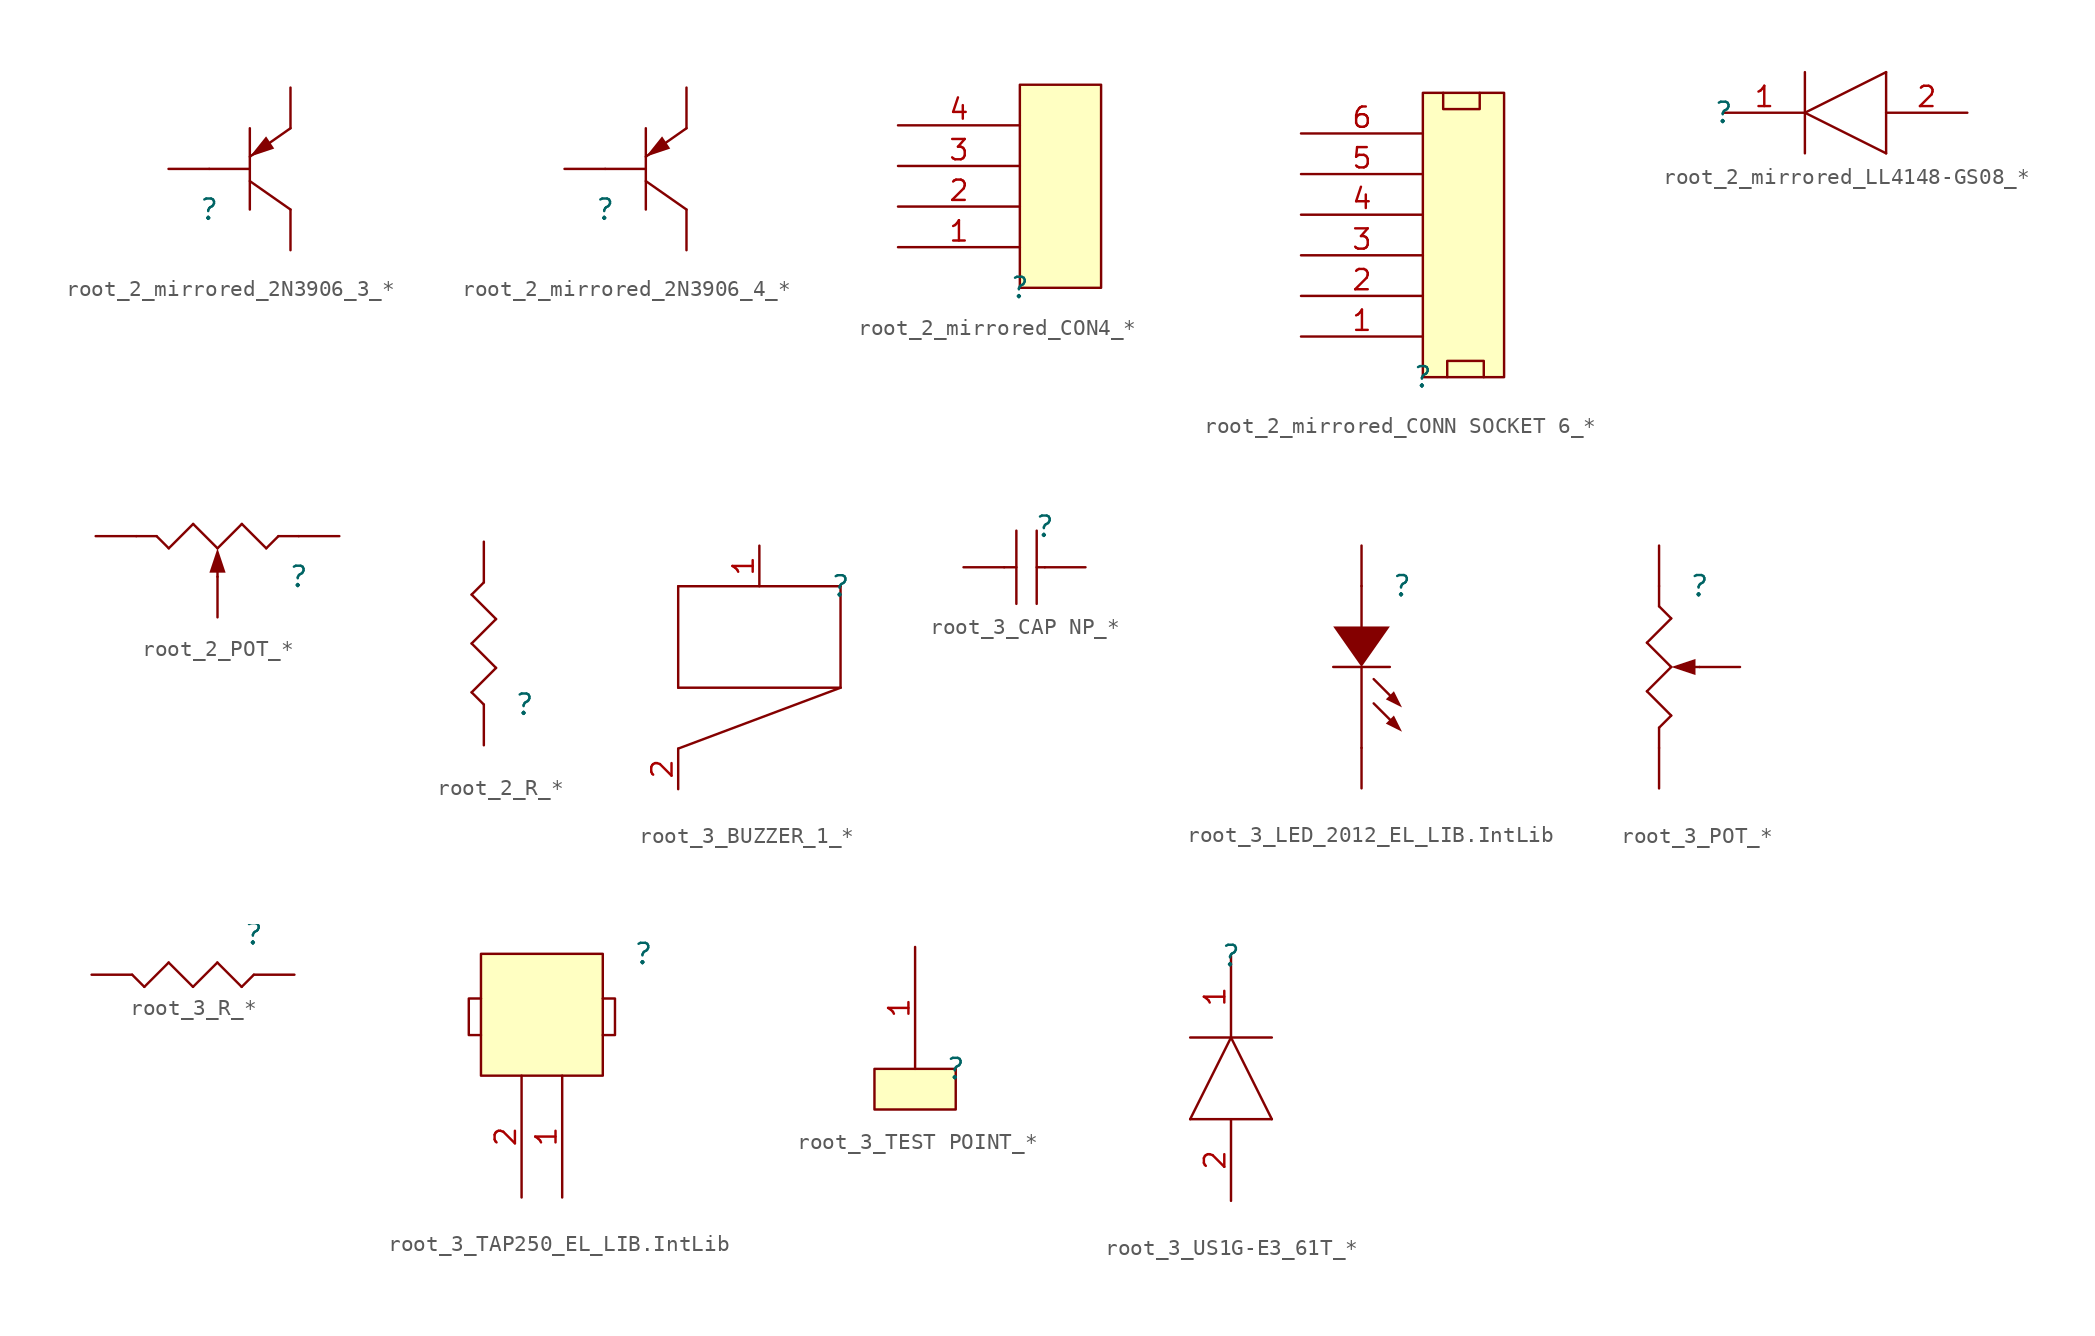
<source format=kicad_sym>
(kicad_symbol_lib
  (version 20241209)
  (generator "kicad_symbol_editor")
  (generator_version "9.0")
  (symbol "root_2_mirrored_2N3906_3_*"
    (pin_numbers
      (hide yes))
    (pin_names
      (hide yes))
    (property "Reference" ""
      (at 0 0 0)
      (effects (font (size 1.27 1.27))))
    (property "Value" ""
      (at 0 0 0)
      (effects (font (size 1.27 1.27))))
    (symbol "root_2_mirrored_2N3906_3_*_1_0"
      (polyline (pts (xy 2.54 3.302) (xy 5.08 5.08)) (stroke (width 0) (type solid)) (fill (type none)))
      (polyline (pts (xy 2.54 3.302) (xy 3.556 4.572) (xy 4.064 3.81) (xy 2.54 3.302) (xy 2.54 3.302)) (stroke (width -0.0001) (type solid)) (fill (type outline)))
      (polyline (pts (xy 2.54 2.54) (xy 0 2.54)) (stroke (width 0) (type solid)) (fill (type none)))
      (polyline (pts (xy 2.54 0) (xy 2.54 5.08)) (stroke (width 0) (type solid)) (fill (type none)))
      (polyline (pts (xy 5.08 0) (xy 2.54 1.778)) (stroke (width 0) (type solid)) (fill (type none)))
      (pin input line (at -2.54 2.54 0) (length 2.54) (name "BASE" (effects (font (size 1.27 1.27)))) (number "1" (effects (font (size 1.27 1.27)))))
      (pin passive line (at 5.08 7.62 270) (length 2.54) (name "EMITTER" (effects (font (size 1.27 1.27)))) (number "3" (effects (font (size 1.27 1.27)))))
      (pin passive line (at 5.08 -2.54 90) (length 2.54) (name "COLLECTOR" (effects (font (size 1.27 1.27)))) (number "2" (effects (font (size 1.27 1.27)))))))
  (symbol "root_2_mirrored_2N3906_4_*"
    (pin_numbers
      (hide yes))
    (pin_names
      (hide yes))
    (property "Reference" ""
      (at 0 0 0)
      (effects (font (size 1.27 1.27))))
    (property "Value" ""
      (at 0 0 0)
      (effects (font (size 1.27 1.27))))
    (symbol "root_2_mirrored_2N3906_4_*_1_0"
      (polyline (pts (xy 2.54 3.302) (xy 5.08 5.08)) (stroke (width 0) (type solid)) (fill (type none)))
      (polyline (pts (xy 2.54 3.302) (xy 3.556 4.572) (xy 4.064 3.81) (xy 2.54 3.302) (xy 2.54 3.302)) (stroke (width -0.0001) (type solid)) (fill (type outline)))
      (polyline (pts (xy 2.54 2.54) (xy 0 2.54)) (stroke (width 0) (type solid)) (fill (type none)))
      (polyline (pts (xy 2.54 0) (xy 2.54 5.08)) (stroke (width 0) (type solid)) (fill (type none)))
      (polyline (pts (xy 5.08 0) (xy 2.54 1.778)) (stroke (width 0) (type solid)) (fill (type none)))
      (pin input line (at -2.54 2.54 0) (length 2.54) (name "BASE" (effects (font (size 1.27 1.27)))) (number "1" (effects (font (size 1.27 1.27)))))
      (pin passive line (at 5.08 7.62 270) (length 2.54) (name "EMITTER" (effects (font (size 1.27 1.27)))) (number "3" (effects (font (size 1.27 1.27)))))
      (pin passive line (at 5.08 -2.54 90) (length 2.54) (name "COLLECTOR" (effects (font (size 1.27 1.27)))) (number "2" (effects (font (size 1.27 1.27)))))))
  (symbol "root_2_mirrored_CON4_*"
    (pin_names
      (hide yes))
    (property "Reference" ""
      (at 0 0 0)
      (effects (font (size 1.27 1.27))))
    (property "Value" ""
      (at 0 0 0)
      (effects (font (size 1.27 1.27))))
    (symbol "root_2_mirrored_CON4_*_1_0"
      (rectangle (start 5.08 12.7) (end 0 0) (stroke (width 0) (type solid) (color 128 0 0 1)) (fill (type background)))
      (pin passive line (at -7.62 10.16 0) (length 7.62) (name "4" (effects (font (size 1.27 1.27)))) (number "4" (effects (font (size 1.27 1.27)))))
      (pin passive line (at -7.62 7.62 0) (length 7.62) (name "3" (effects (font (size 1.27 1.27)))) (number "3" (effects (font (size 1.27 1.27)))))
      (pin passive line (at -7.62 5.08 0) (length 7.62) (name "2" (effects (font (size 1.27 1.27)))) (number "2" (effects (font (size 1.27 1.27)))))
      (pin passive line (at -7.62 2.54 0) (length 7.62) (name "1" (effects (font (size 1.27 1.27)))) (number "1" (effects (font (size 1.27 1.27)))))))
  (symbol "root_2_mirrored_CONN SOCKET 6_*"
    (pin_names
      (hide yes))
    (property "Reference" ""
      (at 0 0 0)
      (effects (font (size 1.27 1.27))))
    (property "Value" ""
      (at 0 0 0)
      (effects (font (size 1.27 1.27))))
    (symbol "root_2_mirrored_CONN SOCKET 6_*_1_0"
      (polyline (pts (xy 1.524 0) (xy 1.524 0) (xy 1.524 1.016) (xy 3.81 1.016) (xy 3.81 0)) (stroke (width 0) (type solid)) (fill (type none)))
      (polyline (pts (xy 3.556 17.78) (xy 3.556 17.78) (xy 3.556 16.764) (xy 1.27 16.764) (xy 1.27 17.78)) (stroke (width 0) (type solid)) (fill (type none)))
      (rectangle (start 5.08 17.78) (end 0 0) (stroke (width 0) (type solid) (color 128 0 0 1)) (fill (type background)))
      (pin passive line (at -7.62 15.24 0) (length 7.62) (name "6" (effects (font (size 1.27 1.27)))) (number "6" (effects (font (size 1.27 1.27)))))
      (pin passive line (at -7.62 12.7 0) (length 7.62) (name "5" (effects (font (size 1.27 1.27)))) (number "5" (effects (font (size 1.27 1.27)))))
      (pin passive line (at -7.62 10.16 0) (length 7.62) (name "4" (effects (font (size 1.27 1.27)))) (number "4" (effects (font (size 1.27 1.27)))))
      (pin passive line (at -7.62 7.62 0) (length 7.62) (name "3" (effects (font (size 1.27 1.27)))) (number "3" (effects (font (size 1.27 1.27)))))
      (pin passive line (at -7.62 5.08 0) (length 7.62) (name "2" (effects (font (size 1.27 1.27)))) (number "2" (effects (font (size 1.27 1.27)))))
      (pin passive line (at -7.62 2.54 0) (length 7.62) (name "1" (effects (font (size 1.27 1.27)))) (number "1" (effects (font (size 1.27 1.27)))))))
  (symbol "root_2_mirrored_LL4148-GS08_*"
    (pin_names
      (hide yes))
    (property "Reference" ""
      (at 0 0 0)
      (effects (font (size 1.27 1.27))))
    (property "Value" ""
      (at 0 0 0)
      (effects (font (size 1.27 1.27))))
    (symbol "root_2_mirrored_LL4148-GS08_*_1_0"
      (polyline (pts (xy 5.08 0) (xy 10.16 -2.54)) (stroke (width 0) (type solid)) (fill (type none)))
      (polyline (pts (xy 5.08 -2.54) (xy 5.08 2.54)) (stroke (width 0) (type solid)) (fill (type none)))
      (polyline (pts (xy 10.16 2.54) (xy 5.08 0)) (stroke (width 0) (type solid)) (fill (type none)))
      (polyline (pts (xy 10.16 2.54) (xy 10.16 -2.54)) (stroke (width 0) (type solid)) (fill (type none)))
      (pin passive line (at 0 0 0) (length 5.08) (name "K" (effects (font (size 1.27 1.27)))) (number "1" (effects (font (size 1.27 1.27)))))
      (pin passive line (at 15.24 0 180) (length 5.08) (name "A" (effects (font (size 1.27 1.27)))) (number "2" (effects (font (size 1.27 1.27)))))))
  (symbol "root_2_POT_*"
    (pin_numbers
      (hide yes))
    (pin_names
      (hide yes))
    (property "Reference" ""
      (at 0 0 0)
      (effects (font (size 1.27 1.27))))
    (property "Value" ""
      (at 0 0 0)
      (effects (font (size 1.27 1.27))))
    (symbol "root_2_POT_*_1_0"
      (polyline (pts (xy -8.89 2.54) (xy -10.16 2.54)) (stroke (width 0) (type solid)) (fill (type none)))
      (polyline (pts (xy -8.128 1.778) (xy -8.89 2.54)) (stroke (width 0) (type solid)) (fill (type none)))
      (polyline (pts (xy -6.604 3.302) (xy -8.128 1.778)) (stroke (width 0) (type solid)) (fill (type none)))
      (polyline (pts (xy -5.08 1.778) (xy -6.604 3.302)) (stroke (width 0) (type solid)) (fill (type none)))
      (polyline (pts (xy -5.08 1.778) (xy -5.588 0.254) (xy -4.572 0.254) (xy -5.08 1.778) (xy -5.08 1.778)) (stroke (width -0.0001) (type solid)) (fill (type outline)))
      (polyline (pts (xy -5.08 0.508) (xy -5.08 0)) (stroke (width 0) (type solid)) (fill (type none)))
      (polyline (pts (xy -3.556 3.302) (xy -5.08 1.778)) (stroke (width 0) (type solid)) (fill (type none)))
      (polyline (pts (xy -2.032 1.778) (xy -3.556 3.302)) (stroke (width 0) (type solid)) (fill (type none)))
      (polyline (pts (xy -1.27 2.54) (xy -2.032 1.778)) (stroke (width 0) (type solid)) (fill (type none)))
      (polyline (pts (xy 0 2.54) (xy -1.27 2.54)) (stroke (width 0) (type solid)) (fill (type none)))
      (pin passive line (at -12.7 2.54 0) (length 2.54) (name "B" (effects (font (size 1.27 1.27)))) (number "3" (effects (font (size 1.27 1.27)))))
      (pin passive line (at -5.08 -2.54 90) (length 2.54) (name "WIPER" (effects (font (size 1.27 1.27)))) (number "2" (effects (font (size 1.27 1.27)))))
      (pin passive line (at 2.54 2.54 180) (length 2.54) (name "A" (effects (font (size 1.27 1.27)))) (number "1" (effects (font (size 1.27 1.27)))))))
  (symbol "root_2_R_*"
    (pin_numbers
      (hide yes))
    (pin_names
      (hide yes))
    (property "Reference" ""
      (at 0 0 0)
      (effects (font (size 1.27 1.27))))
    (property "Value" ""
      (at 0 0 0)
      (effects (font (size 1.27 1.27))))
    (symbol "root_2_R_*_1_0"
      (polyline (pts (xy -3.302 6.858) (xy -2.54 7.62)) (stroke (width 0) (type solid)) (fill (type none)))
      (polyline (pts (xy -3.302 3.81) (xy -1.778 5.334)) (stroke (width 0) (type solid)) (fill (type none)))
      (polyline (pts (xy -3.302 0.762) (xy -1.778 2.286)) (stroke (width 0) (type solid)) (fill (type none)))
      (polyline (pts (xy -2.54 0) (xy -3.302 0.762)) (stroke (width 0) (type solid)) (fill (type none)))
      (polyline (pts (xy -1.778 5.334) (xy -3.302 6.858)) (stroke (width 0) (type solid)) (fill (type none)))
      (polyline (pts (xy -1.778 2.286) (xy -3.302 3.81)) (stroke (width 0) (type solid)) (fill (type none)))
      (pin passive line (at -2.54 10.16 270) (length 2.54) (name "2" (effects (font (size 1.27 1.27)))) (number "2" (effects (font (size 1.27 1.27)))))
      (pin passive line (at -2.54 -2.54 90) (length 2.54) (name "1" (effects (font (size 1.27 1.27)))) (number "1" (effects (font (size 1.27 1.27)))))))
  (symbol "root_3_BUZZER_1_*"
    (pin_names
      (hide yes))
    (property "Reference" ""
      (at 0 0 0)
      (effects (font (size 1.27 1.27))))
    (property "Value" ""
      (at 0 0 0)
      (effects (font (size 1.27 1.27))))
    (symbol "root_3_BUZZER_1_*_1_0"
      (polyline (pts (xy -10.16 0) (xy -10.16 -6.35)) (stroke (width 0) (type solid)) (fill (type none)))
      (polyline (pts (xy -10.16 -6.35) (xy 0 -6.35)) (stroke (width 0) (type solid)) (fill (type none)))
      (polyline (pts (xy 0 0) (xy -10.16 0)) (stroke (width 0) (type solid)) (fill (type none)))
      (polyline (pts (xy 0 -6.35) (xy -10.16 -10.16)) (stroke (width 0) (type solid)) (fill (type none)))
      (polyline (pts (xy 0 -6.35) (xy 0 0)) (stroke (width 0) (type solid)) (fill (type none)))
      (pin passive line (at -10.16 -12.7 90) (length 2.54) (name "B" (effects (font (size 1.27 1.27)))) (number "2" (effects (font (size 1.27 1.27)))))
      (pin passive line (at -5.08 2.54 270) (length 2.54) (name "A" (effects (font (size 1.27 1.27)))) (number "1" (effects (font (size 1.27 1.27)))))))
  (symbol "root_3_CAP NP_*"
    (pin_numbers
      (hide yes))
    (pin_names
      (hide yes))
    (property "Reference" ""
      (at 0 0 0)
      (effects (font (size 1.27 1.27))))
    (property "Value" ""
      (at 0 0 0)
      (effects (font (size 1.27 1.27))))
    (symbol "root_3_CAP NP_*_1_0"
      (polyline (pts (xy -2.54 -2.54) (xy -1.778 -2.54)) (stroke (width 0) (type solid)) (fill (type none)))
      (polyline (pts (xy -1.778 -0.254) (xy -1.778 -4.826)) (stroke (width 0) (type solid)) (fill (type none)))
      (polyline (pts (xy -0.508 -0.254) (xy -0.508 -4.826)) (stroke (width 0) (type solid)) (fill (type none)))
      (polyline (pts (xy 0 -2.54) (xy -0.508 -2.54)) (stroke (width 0) (type solid)) (fill (type none)))
      (pin passive line (at -5.08 -2.54 0) (length 2.54) (name "2" (effects (font (size 1.27 1.27)))) (number "2" (effects (font (size 1.27 1.27)))))
      (pin passive line (at 2.54 -2.54 180) (length 2.54) (name "1" (effects (font (size 1.27 1.27)))) (number "1" (effects (font (size 1.27 1.27)))))))
  (symbol "root_3_LED_2012_EL_LIB.IntLib"
    (pin_numbers
      (hide yes))
    (pin_names
      (hide yes))
    (property "Reference" ""
      (at 0 0 0)
      (effects (font (size 1.27 1.27))))
    (property "Value" ""
      (at 0 0 0)
      (effects (font (size 1.27 1.27))))
    (symbol "root_3_LED_2012_EL_LIB.IntLib_1_0"
      (polyline (pts (xy -2.54 0) (xy -2.54 -2.54)) (stroke (width 0) (type solid)) (fill (type none)))
      (polyline (pts (xy -2.54 -5.08) (xy -2.54 -10.16)) (stroke (width 0) (type solid)) (fill (type none)))
      (polyline (pts (xy -2.54 -5.08) (xy -2.54 -5.08) (xy -4.318 -2.54) (xy -0.762 -2.54) (xy -2.54 -5.08) (xy -2.54 -5.08)) (stroke (width -0.0001) (type solid)) (fill (type outline)))
      (polyline (pts (xy -0.762 -5.08) (xy -4.318 -5.08)) (stroke (width 0) (type solid)) (fill (type none)))
      (polyline (pts (xy -0.508 -6.604) (xy -0.508 -6.604) (xy 0 -7.62) (xy -1.016 -7.112) (xy -0.508 -6.604) (xy -0.508 -6.604)) (stroke (width -0.0001) (type solid)) (fill (type outline)))
      (polyline (pts (xy -0.508 -8.128) (xy -0.508 -8.128) (xy 0 -9.144) (xy -1.016 -8.636) (xy -0.508 -8.128) (xy -0.508 -8.128)) (stroke (width -0.0001) (type solid)) (fill (type outline)))
      (polyline (pts (xy -0.254 -7.366) (xy -1.778 -5.842)) (stroke (width 0) (type solid)) (fill (type none)))
      (polyline (pts (xy -0.254 -8.89) (xy -1.778 -7.366)) (stroke (width 0) (type solid)) (fill (type none)))
      (pin passive line (at -2.54 2.54 270) (length 2.54) (name "ANODE" (effects (font (size 1.27 1.27)))) (number "1" (effects (font (size 1.27 1.27)))))
      (pin passive line (at -2.54 -12.7 90) (length 2.54) (name "CATHODE" (effects (font (size 1.27 1.27)))) (number "2" (effects (font (size 1.27 1.27)))))))
  (symbol "root_3_POT_*"
    (pin_numbers
      (hide yes))
    (pin_names
      (hide yes))
    (property "Reference" ""
      (at 0 0 0)
      (effects (font (size 1.27 1.27))))
    (property "Value" ""
      (at 0 0 0)
      (effects (font (size 1.27 1.27))))
    (symbol "root_3_POT_*_1_0"
      (polyline (pts (xy -3.302 -3.556) (xy -1.778 -5.08)) (stroke (width 0) (type solid)) (fill (type none)))
      (polyline (pts (xy -3.302 -6.604) (xy -1.778 -8.128)) (stroke (width 0) (type solid)) (fill (type none)))
      (polyline (pts (xy -2.54 0) (xy -2.54 -1.27)) (stroke (width 0) (type solid)) (fill (type none)))
      (polyline (pts (xy -2.54 -1.27) (xy -1.778 -2.032)) (stroke (width 0) (type solid)) (fill (type none)))
      (polyline (pts (xy -2.54 -8.89) (xy -2.54 -10.16)) (stroke (width 0) (type solid)) (fill (type none)))
      (polyline (pts (xy -1.778 -2.032) (xy -3.302 -3.556)) (stroke (width 0) (type solid)) (fill (type none)))
      (polyline (pts (xy -1.778 -5.08) (xy -3.302 -6.604)) (stroke (width 0) (type solid)) (fill (type none)))
      (polyline (pts (xy -1.778 -5.08) (xy -0.254 -5.588) (xy -0.254 -4.572) (xy -1.778 -5.08) (xy -1.778 -5.08)) (stroke (width -0.0001) (type solid)) (fill (type outline)))
      (polyline (pts (xy -1.778 -8.128) (xy -2.54 -8.89)) (stroke (width 0) (type solid)) (fill (type none)))
      (polyline (pts (xy -0.508 -5.08) (xy 0 -5.08)) (stroke (width 0) (type solid)) (fill (type none)))
      (pin passive line (at -2.54 2.54 270) (length 2.54) (name "A" (effects (font (size 1.27 1.27)))) (number "1" (effects (font (size 1.27 1.27)))))
      (pin passive line (at -2.54 -12.7 90) (length 2.54) (name "B" (effects (font (size 1.27 1.27)))) (number "3" (effects (font (size 1.27 1.27)))))
      (pin passive line (at 2.54 -5.08 180) (length 2.54) (name "WIPER" (effects (font (size 1.27 1.27)))) (number "2" (effects (font (size 1.27 1.27)))))))
  (symbol "root_3_R_*"
    (pin_numbers
      (hide yes))
    (pin_names
      (hide yes))
    (property "Reference" ""
      (at 0 0 0)
      (effects (font (size 1.27 1.27))))
    (property "Value" ""
      (at 0 0 0)
      (effects (font (size 1.27 1.27))))
    (symbol "root_3_R_*_1_0"
      (polyline (pts (xy -6.858 -3.302) (xy -7.62 -2.54)) (stroke (width 0) (type solid)) (fill (type none)))
      (polyline (pts (xy -5.334 -1.778) (xy -6.858 -3.302)) (stroke (width 0) (type solid)) (fill (type none)))
      (polyline (pts (xy -3.81 -3.302) (xy -5.334 -1.778)) (stroke (width 0) (type solid)) (fill (type none)))
      (polyline (pts (xy -2.286 -1.778) (xy -3.81 -3.302)) (stroke (width 0) (type solid)) (fill (type none)))
      (polyline (pts (xy -0.762 -3.302) (xy -2.286 -1.778)) (stroke (width 0) (type solid)) (fill (type none)))
      (polyline (pts (xy 0 -2.54) (xy -0.762 -3.302)) (stroke (width 0) (type solid)) (fill (type none)))
      (pin passive line (at -10.16 -2.54 0) (length 2.54) (name "2" (effects (font (size 1.27 1.27)))) (number "2" (effects (font (size 1.27 1.27)))))
      (pin passive line (at 2.54 -2.54 180) (length 2.54) (name "1" (effects (font (size 1.27 1.27)))) (number "1" (effects (font (size 1.27 1.27)))))))
  (symbol "root_3_TAP250_EL_LIB.IntLib"
    (pin_names
      (hide yes))
    (property "Reference" ""
      (at 0 0 0)
      (effects (font (size 1.27 1.27))))
    (property "Value" ""
      (at 0 0 0)
      (effects (font (size 1.27 1.27))))
    (symbol "root_3_TAP250_EL_LIB.IntLib_1_0"
      (polyline (pts (xy -10.16 -2.794) (xy -10.16 -2.794) (xy -10.922 -2.794) (xy -10.922 -5.08) (xy -10.16 -5.08)) (stroke (width 0) (type solid)) (fill (type none)))
      (rectangle (start -2.54 0) (end -10.16 -7.62) (stroke (width 0) (type solid) (color 128 0 0 1)) (fill (type background)))
      (polyline (pts (xy -2.54 -5.08) (xy -2.54 -5.08) (xy -1.778 -5.08) (xy -1.778 -2.794) (xy -2.54 -2.794)) (stroke (width 0) (type solid)) (fill (type none)))
      (pin passive line (at -7.62 -15.24 90) (length 7.62) (name "2" (effects (font (size 1.27 1.27)))) (number "2" (effects (font (size 1.27 1.27)))))
      (pin passive line (at -5.08 -15.24 90) (length 7.62) (name "1" (effects (font (size 1.27 1.27)))) (number "1" (effects (font (size 1.27 1.27)))))))
  (symbol "root_3_TEST POINT_*"
    (pin_names
      (hide yes))
    (property "Reference" ""
      (at 0 0 0)
      (effects (font (size 1.27 1.27))))
    (property "Value" ""
      (at 0 0 0)
      (effects (font (size 1.27 1.27))))
    (symbol "root_3_TEST POINT_*_1_0"
      (rectangle (start 0 0) (end -5.08 -2.54) (stroke (width 0) (type solid) (color 128 0 0 1)) (fill (type background)))
      (pin passive line (at -2.54 7.62 270) (length 7.62) (name "1" (effects (font (size 1.27 1.27)))) (number "1" (effects (font (size 1.27 1.27)))))))
  (symbol "root_3_US1G-E3_61T_*"
    (pin_names
      (hide yes))
    (property "Reference" ""
      (at 0 0 0)
      (effects (font (size 1.27 1.27))))
    (property "Value" ""
      (at 0 0 0)
      (effects (font (size 1.27 1.27))))
    (symbol "root_3_US1G-E3_61T_*_1_0"
      (polyline (pts (xy -2.54 -10.16) (xy 0 -5.08)) (stroke (width 0) (type solid)) (fill (type none)))
      (polyline (pts (xy -2.54 -10.16) (xy 2.54 -10.16)) (stroke (width 0) (type solid)) (fill (type none)))
      (polyline (pts (xy 0 -5.08) (xy 2.54 -10.16)) (stroke (width 0) (type solid)) (fill (type none)))
      (polyline (pts (xy 2.54 -5.08) (xy -2.54 -5.08)) (stroke (width 0) (type solid)) (fill (type none)))
      (pin passive line (at 0 0 270) (length 5.08) (name "K" (effects (font (size 1.27 1.27)))) (number "1" (effects (font (size 1.27 1.27)))))
      (pin passive line (at 0 -15.24 90) (length 5.08) (name "A" (effects (font (size 1.27 1.27)))) (number "2" (effects (font (size 1.27 1.27))))))))
</source>
